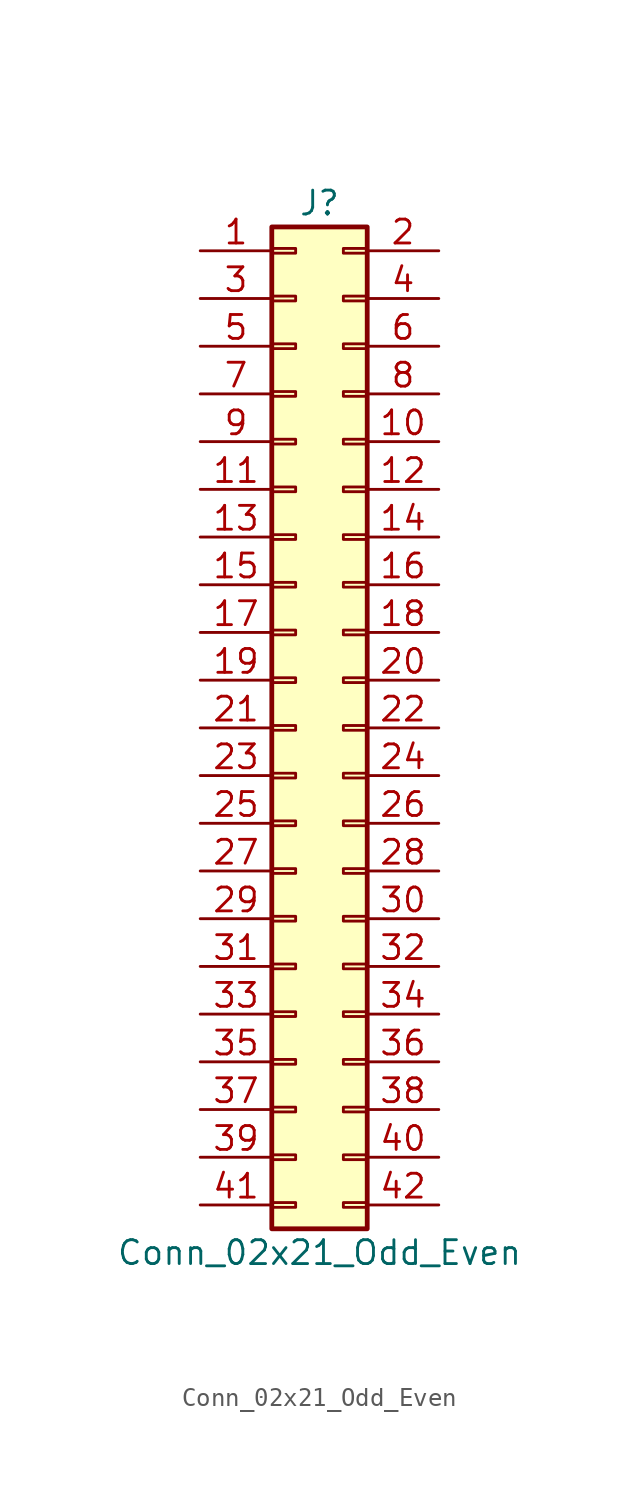
<source format=kicad_sym>
(kicad_symbol_lib
  (version 20211014)
  (generator kicad_symbol_editor)
  (symbol "Conn_02x21_Odd_Even"
    (pin_names
      (offset 1.016) hide)
    (property "Reference" "J"
      (at 1.27 27.94 0)
      (effects (font (size 1.27 1.27))))
    (property "Value" "Conn_02x21_Odd_Even"
      (at 1.27 -27.94 0)
      (effects (font (size 1.27 1.27))))
    (symbol "Conn_02x21_Odd_Even_1_1"
      (rectangle (start -1.27 -25.273) (end 0 -25.527) (stroke (width 0.152) (type default) (color 0 0 0 0)) (fill (type none)))
      (rectangle (start -1.27 -22.733) (end 0 -22.987) (stroke (width 0.152) (type default) (color 0 0 0 0)) (fill (type none)))
      (rectangle (start -1.27 -20.193) (end 0 -20.447) (stroke (width 0.152) (type default) (color 0 0 0 0)) (fill (type none)))
      (rectangle (start -1.27 -17.653) (end 0 -17.907) (stroke (width 0.152) (type default) (color 0 0 0 0)) (fill (type none)))
      (rectangle (start -1.27 -15.113) (end 0 -15.367) (stroke (width 0.152) (type default) (color 0 0 0 0)) (fill (type none)))
      (rectangle (start -1.27 -12.573) (end 0 -12.827) (stroke (width 0.152) (type default) (color 0 0 0 0)) (fill (type none)))
      (rectangle (start -1.27 -10.033) (end 0 -10.287) (stroke (width 0.152) (type default) (color 0 0 0 0)) (fill (type none)))
      (rectangle (start -1.27 -7.493) (end 0 -7.747) (stroke (width 0.152) (type default) (color 0 0 0 0)) (fill (type none)))
      (rectangle (start -1.27 -4.953) (end 0 -5.207) (stroke (width 0.152) (type default) (color 0 0 0 0)) (fill (type none)))
      (rectangle (start -1.27 -2.413) (end 0 -2.667) (stroke (width 0.152) (type default) (color 0 0 0 0)) (fill (type none)))
      (rectangle (start -1.27 0.127) (end 0 -0.127) (stroke (width 0.152) (type default) (color 0 0 0 0)) (fill (type none)))
      (rectangle (start -1.27 2.667) (end 0 2.413) (stroke (width 0.152) (type default) (color 0 0 0 0)) (fill (type none)))
      (rectangle (start -1.27 5.207) (end 0 4.953) (stroke (width 0.152) (type default) (color 0 0 0 0)) (fill (type none)))
      (rectangle (start -1.27 7.747) (end 0 7.493) (stroke (width 0.152) (type default) (color 0 0 0 0)) (fill (type none)))
      (rectangle (start -1.27 10.287) (end 0 10.033) (stroke (width 0.152) (type default) (color 0 0 0 0)) (fill (type none)))
      (rectangle (start -1.27 12.827) (end 0 12.573) (stroke (width 0.152) (type default) (color 0 0 0 0)) (fill (type none)))
      (rectangle (start -1.27 15.367) (end 0 15.113) (stroke (width 0.152) (type default) (color 0 0 0 0)) (fill (type none)))
      (rectangle (start -1.27 17.907) (end 0 17.653) (stroke (width 0.152) (type default) (color 0 0 0 0)) (fill (type none)))
      (rectangle (start -1.27 20.447) (end 0 20.193) (stroke (width 0.152) (type default) (color 0 0 0 0)) (fill (type none)))
      (rectangle (start -1.27 22.987) (end 0 22.733) (stroke (width 0.152) (type default) (color 0 0 0 0)) (fill (type none)))
      (rectangle (start -1.27 25.527) (end 0 25.273) (stroke (width 0.152) (type default) (color 0 0 0 0)) (fill (type none)))
      (rectangle (start -1.27 26.67) (end 3.81 -26.67) (stroke (width 0.254) (type default) (color 0 0 0 0)) (fill (type background)))
      (rectangle (start 3.81 -25.273) (end 2.54 -25.527) (stroke (width 0.152) (type default) (color 0 0 0 0)) (fill (type none)))
      (rectangle (start 3.81 -22.733) (end 2.54 -22.987) (stroke (width 0.152) (type default) (color 0 0 0 0)) (fill (type none)))
      (rectangle (start 3.81 -20.193) (end 2.54 -20.447) (stroke (width 0.152) (type default) (color 0 0 0 0)) (fill (type none)))
      (rectangle (start 3.81 -17.653) (end 2.54 -17.907) (stroke (width 0.152) (type default) (color 0 0 0 0)) (fill (type none)))
      (rectangle (start 3.81 -15.113) (end 2.54 -15.367) (stroke (width 0.152) (type default) (color 0 0 0 0)) (fill (type none)))
      (rectangle (start 3.81 -12.573) (end 2.54 -12.827) (stroke (width 0.152) (type default) (color 0 0 0 0)) (fill (type none)))
      (rectangle (start 3.81 -10.033) (end 2.54 -10.287) (stroke (width 0.152) (type default) (color 0 0 0 0)) (fill (type none)))
      (rectangle (start 3.81 -7.493) (end 2.54 -7.747) (stroke (width 0.152) (type default) (color 0 0 0 0)) (fill (type none)))
      (rectangle (start 3.81 -4.953) (end 2.54 -5.207) (stroke (width 0.152) (type default) (color 0 0 0 0)) (fill (type none)))
      (rectangle (start 3.81 -2.413) (end 2.54 -2.667) (stroke (width 0.152) (type default) (color 0 0 0 0)) (fill (type none)))
      (rectangle (start 3.81 0.127) (end 2.54 -0.127) (stroke (width 0.152) (type default) (color 0 0 0 0)) (fill (type none)))
      (rectangle (start 3.81 2.667) (end 2.54 2.413) (stroke (width 0.152) (type default) (color 0 0 0 0)) (fill (type none)))
      (rectangle (start 3.81 5.207) (end 2.54 4.953) (stroke (width 0.152) (type default) (color 0 0 0 0)) (fill (type none)))
      (rectangle (start 3.81 7.747) (end 2.54 7.493) (stroke (width 0.152) (type default) (color 0 0 0 0)) (fill (type none)))
      (rectangle (start 3.81 10.287) (end 2.54 10.033) (stroke (width 0.152) (type default) (color 0 0 0 0)) (fill (type none)))
      (rectangle (start 3.81 12.827) (end 2.54 12.573) (stroke (width 0.152) (type default) (color 0 0 0 0)) (fill (type none)))
      (rectangle (start 3.81 15.367) (end 2.54 15.113) (stroke (width 0.152) (type default) (color 0 0 0 0)) (fill (type none)))
      (rectangle (start 3.81 17.907) (end 2.54 17.653) (stroke (width 0.152) (type default) (color 0 0 0 0)) (fill (type none)))
      (rectangle (start 3.81 20.447) (end 2.54 20.193) (stroke (width 0.152) (type default) (color 0 0 0 0)) (fill (type none)))
      (rectangle (start 3.81 22.987) (end 2.54 22.733) (stroke (width 0.152) (type default) (color 0 0 0 0)) (fill (type none)))
      (rectangle (start 3.81 25.527) (end 2.54 25.273) (stroke (width 0.152) (type default) (color 0 0 0 0)) (fill (type none)))
      (pin passive line (at -5.08 25.4 0) (length 3.81) (name "Pin_1" (effects (font (size 1.27 1.27)))) (number "1" (effects (font (size 1.27 1.27)))))
      (pin passive line (at 7.62 15.24 180) (length 3.81) (name "Pin_10" (effects (font (size 1.27 1.27)))) (number "10" (effects (font (size 1.27 1.27)))))
      (pin passive line (at -5.08 12.7 0) (length 3.81) (name "Pin_11" (effects (font (size 1.27 1.27)))) (number "11" (effects (font (size 1.27 1.27)))))
      (pin passive line (at 7.62 12.7 180) (length 3.81) (name "Pin_12" (effects (font (size 1.27 1.27)))) (number "12" (effects (font (size 1.27 1.27)))))
      (pin passive line (at -5.08 10.16 0) (length 3.81) (name "Pin_13" (effects (font (size 1.27 1.27)))) (number "13" (effects (font (size 1.27 1.27)))))
      (pin passive line (at 7.62 10.16 180) (length 3.81) (name "Pin_14" (effects (font (size 1.27 1.27)))) (number "14" (effects (font (size 1.27 1.27)))))
      (pin passive line (at -5.08 7.62 0) (length 3.81) (name "Pin_15" (effects (font (size 1.27 1.27)))) (number "15" (effects (font (size 1.27 1.27)))))
      (pin passive line (at 7.62 7.62 180) (length 3.81) (name "Pin_16" (effects (font (size 1.27 1.27)))) (number "16" (effects (font (size 1.27 1.27)))))
      (pin passive line (at -5.08 5.08 0) (length 3.81) (name "Pin_17" (effects (font (size 1.27 1.27)))) (number "17" (effects (font (size 1.27 1.27)))))
      (pin passive line (at 7.62 5.08 180) (length 3.81) (name "Pin_18" (effects (font (size 1.27 1.27)))) (number "18" (effects (font (size 1.27 1.27)))))
      (pin passive line (at -5.08 2.54 0) (length 3.81) (name "Pin_19" (effects (font (size 1.27 1.27)))) (number "19" (effects (font (size 1.27 1.27)))))
      (pin passive line (at 7.62 25.4 180) (length 3.81) (name "Pin_2" (effects (font (size 1.27 1.27)))) (number "2" (effects (font (size 1.27 1.27)))))
      (pin passive line (at 7.62 2.54 180) (length 3.81) (name "Pin_20" (effects (font (size 1.27 1.27)))) (number "20" (effects (font (size 1.27 1.27)))))
      (pin passive line (at -5.08 0 0) (length 3.81) (name "Pin_21" (effects (font (size 1.27 1.27)))) (number "21" (effects (font (size 1.27 1.27)))))
      (pin passive line (at 7.62 0 180) (length 3.81) (name "Pin_22" (effects (font (size 1.27 1.27)))) (number "22" (effects (font (size 1.27 1.27)))))
      (pin passive line (at -5.08 -2.54 0) (length 3.81) (name "Pin_23" (effects (font (size 1.27 1.27)))) (number "23" (effects (font (size 1.27 1.27)))))
      (pin passive line (at 7.62 -2.54 180) (length 3.81) (name "Pin_24" (effects (font (size 1.27 1.27)))) (number "24" (effects (font (size 1.27 1.27)))))
      (pin passive line (at -5.08 -5.08 0) (length 3.81) (name "Pin_25" (effects (font (size 1.27 1.27)))) (number "25" (effects (font (size 1.27 1.27)))))
      (pin passive line (at 7.62 -5.08 180) (length 3.81) (name "Pin_26" (effects (font (size 1.27 1.27)))) (number "26" (effects (font (size 1.27 1.27)))))
      (pin passive line (at -5.08 -7.62 0) (length 3.81) (name "Pin_27" (effects (font (size 1.27 1.27)))) (number "27" (effects (font (size 1.27 1.27)))))
      (pin passive line (at 7.62 -7.62 180) (length 3.81) (name "Pin_28" (effects (font (size 1.27 1.27)))) (number "28" (effects (font (size 1.27 1.27)))))
      (pin passive line (at -5.08 -10.16 0) (length 3.81) (name "Pin_29" (effects (font (size 1.27 1.27)))) (number "29" (effects (font (size 1.27 1.27)))))
      (pin passive line (at -5.08 22.86 0) (length 3.81) (name "Pin_3" (effects (font (size 1.27 1.27)))) (number "3" (effects (font (size 1.27 1.27)))))
      (pin passive line (at 7.62 -10.16 180) (length 3.81) (name "Pin_30" (effects (font (size 1.27 1.27)))) (number "30" (effects (font (size 1.27 1.27)))))
      (pin passive line (at -5.08 -12.7 0) (length 3.81) (name "Pin_31" (effects (font (size 1.27 1.27)))) (number "31" (effects (font (size 1.27 1.27)))))
      (pin passive line (at 7.62 -12.7 180) (length 3.81) (name "Pin_32" (effects (font (size 1.27 1.27)))) (number "32" (effects (font (size 1.27 1.27)))))
      (pin passive line (at -5.08 -15.24 0) (length 3.81) (name "Pin_33" (effects (font (size 1.27 1.27)))) (number "33" (effects (font (size 1.27 1.27)))))
      (pin passive line (at 7.62 -15.24 180) (length 3.81) (name "Pin_34" (effects (font (size 1.27 1.27)))) (number "34" (effects (font (size 1.27 1.27)))))
      (pin passive line (at -5.08 -17.78 0) (length 3.81) (name "Pin_35" (effects (font (size 1.27 1.27)))) (number "35" (effects (font (size 1.27 1.27)))))
      (pin passive line (at 7.62 -17.78 180) (length 3.81) (name "Pin_36" (effects (font (size 1.27 1.27)))) (number "36" (effects (font (size 1.27 1.27)))))
      (pin passive line (at -5.08 -20.32 0) (length 3.81) (name "Pin_37" (effects (font (size 1.27 1.27)))) (number "37" (effects (font (size 1.27 1.27)))))
      (pin passive line (at 7.62 -20.32 180) (length 3.81) (name "Pin_38" (effects (font (size 1.27 1.27)))) (number "38" (effects (font (size 1.27 1.27)))))
      (pin passive line (at -5.08 -22.86 0) (length 3.81) (name "Pin_39" (effects (font (size 1.27 1.27)))) (number "39" (effects (font (size 1.27 1.27)))))
      (pin passive line (at 7.62 22.86 180) (length 3.81) (name "Pin_4" (effects (font (size 1.27 1.27)))) (number "4" (effects (font (size 1.27 1.27)))))
      (pin passive line (at 7.62 -22.86 180) (length 3.81) (name "Pin_40" (effects (font (size 1.27 1.27)))) (number "40" (effects (font (size 1.27 1.27)))))
      (pin passive line (at -5.08 -25.4 0) (length 3.81) (name "Pin_41" (effects (font (size 1.27 1.27)))) (number "41" (effects (font (size 1.27 1.27)))))
      (pin passive line (at 7.62 -25.4 180) (length 3.81) (name "Pin_42" (effects (font (size 1.27 1.27)))) (number "42" (effects (font (size 1.27 1.27)))))
      (pin passive line (at -5.08 20.32 0) (length 3.81) (name "Pin_5" (effects (font (size 1.27 1.27)))) (number "5" (effects (font (size 1.27 1.27)))))
      (pin passive line (at 7.62 20.32 180) (length 3.81) (name "Pin_6" (effects (font (size 1.27 1.27)))) (number "6" (effects (font (size 1.27 1.27)))))
      (pin passive line (at -5.08 17.78 0) (length 3.81) (name "Pin_7" (effects (font (size 1.27 1.27)))) (number "7" (effects (font (size 1.27 1.27)))))
      (pin passive line (at 7.62 17.78 180) (length 3.81) (name "Pin_8" (effects (font (size 1.27 1.27)))) (number "8" (effects (font (size 1.27 1.27)))))
      (pin passive line (at -5.08 15.24 0) (length 3.81) (name "Pin_9" (effects (font (size 1.27 1.27)))) (number "9" (effects (font (size 1.27 1.27))))))))
</source>
